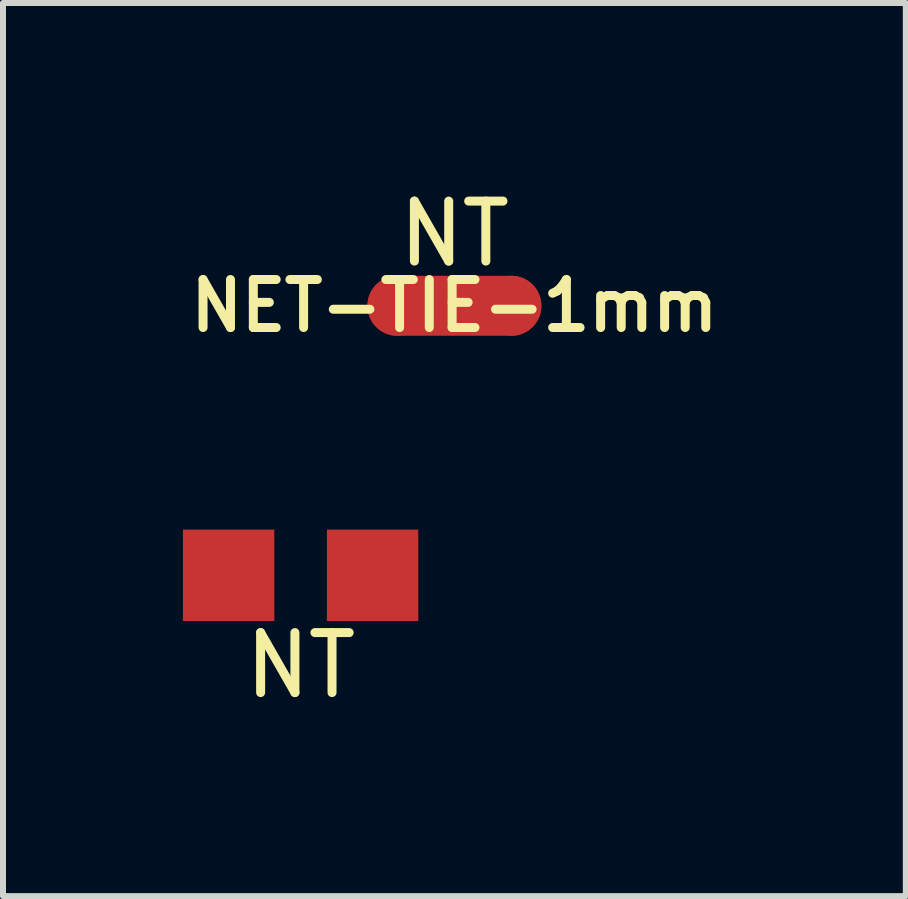
<source format=kicad_pcb>
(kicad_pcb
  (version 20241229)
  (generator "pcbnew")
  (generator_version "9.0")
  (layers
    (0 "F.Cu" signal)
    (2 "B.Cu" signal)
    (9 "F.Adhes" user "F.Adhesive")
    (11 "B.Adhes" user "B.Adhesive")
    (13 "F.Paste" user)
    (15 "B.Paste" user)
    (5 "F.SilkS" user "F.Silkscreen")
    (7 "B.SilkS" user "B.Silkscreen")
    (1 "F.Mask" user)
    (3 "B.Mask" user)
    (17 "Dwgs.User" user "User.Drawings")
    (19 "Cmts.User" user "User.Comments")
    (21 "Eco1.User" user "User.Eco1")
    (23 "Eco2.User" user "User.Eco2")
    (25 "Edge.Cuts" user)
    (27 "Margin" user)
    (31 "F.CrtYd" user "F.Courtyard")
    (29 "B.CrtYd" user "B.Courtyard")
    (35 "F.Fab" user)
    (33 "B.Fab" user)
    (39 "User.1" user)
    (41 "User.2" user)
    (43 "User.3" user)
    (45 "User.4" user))
  (footprint "NET-TIE-1mm"
    (layer "F.Cu")
    (at 4.526 2.048)
    (property "Reference" "NET-TIE-1mm" (at 0 0 0) (layer "F.SilkS") (effects (font (size 0.8 0.8) (thickness 0.15))))
    (attr through_hole)
    (fp_line (start -0.95 0) (end 0.95 0) (stroke (width 1) (type solid)) (layer "F.Cu"))
    (fp_text user "NT" (at 0 -1.2 0) (layer "F.SilkS") (effects (font (size 1 1) (thickness 0.15))))
    (pad "1" smd circle (at -0.95 0) (size 1 1) (layers "F.Cu"))
    (pad "2" smd circle (at 0.95 0) (size 1 1) (layers "F.Cu")))
  (footprint "NT"
    (layer "F.Cu")
    (at 1.962 6.542)
    (property "Reference" "NT" (at 0 1.5 0) (layer "F.SilkS") (effects (font (size 1 1) (thickness 0.15))))
    (attr through_hole)
    (pad "1" smd rect (at -1.2 0) (size 1.524 1.524) (layers "F.Cu" "F.Mask" "F.Paste"))
    (pad "2" smd rect (at 1.2 0) (size 1.524 1.524) (layers "F.Cu" "F.Mask" "F.Paste")))
  (gr_rect
    (start -3 -3)
    (end 12.052 11.89)
    (stroke (width 0.1) (type default))
    (fill no)
    (layer "Edge.Cuts")))
</source>
